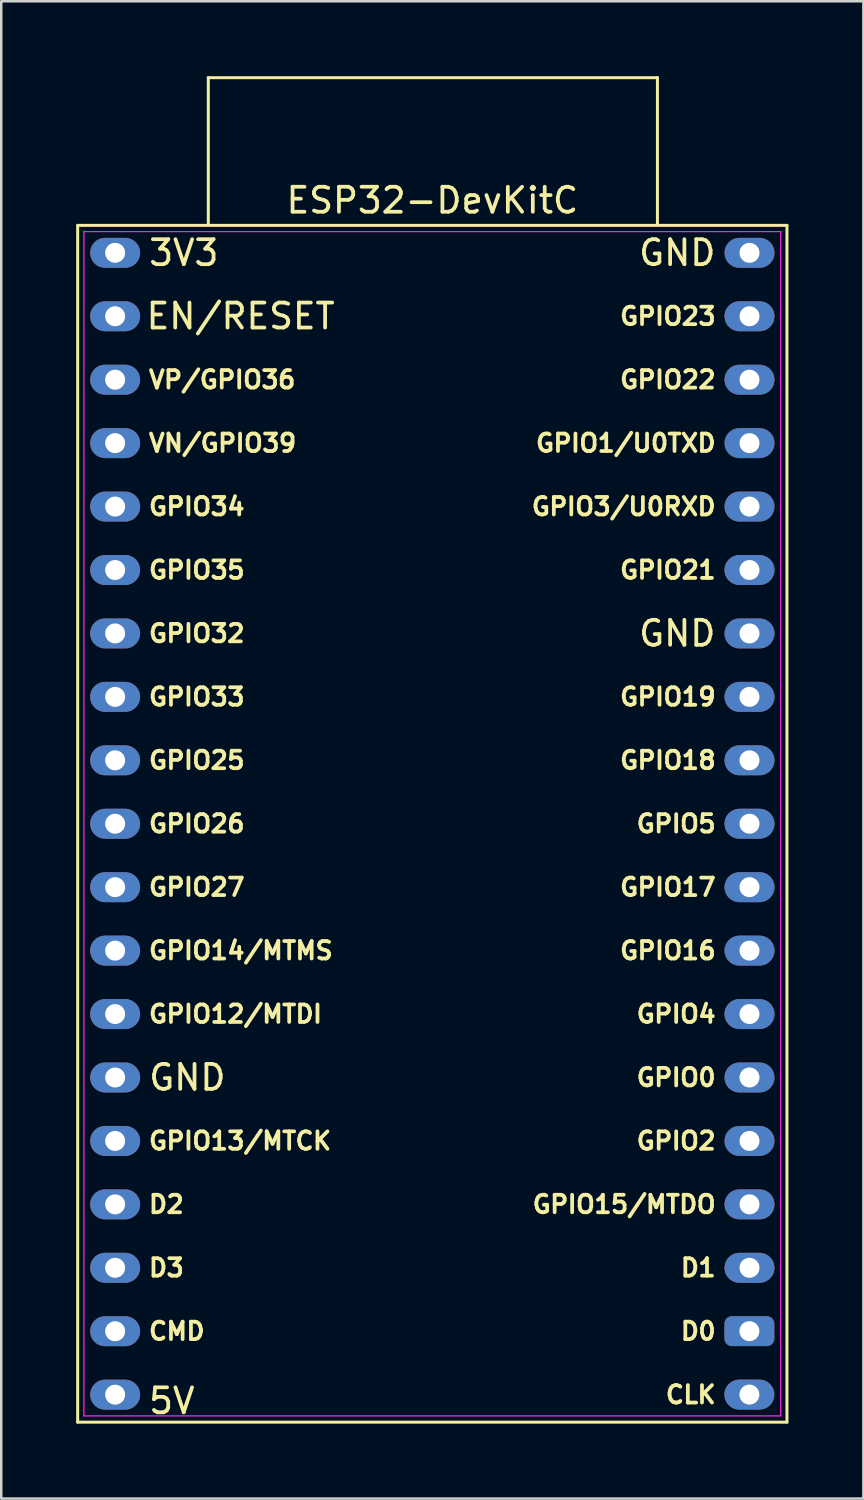
<source format=kicad_pcb>
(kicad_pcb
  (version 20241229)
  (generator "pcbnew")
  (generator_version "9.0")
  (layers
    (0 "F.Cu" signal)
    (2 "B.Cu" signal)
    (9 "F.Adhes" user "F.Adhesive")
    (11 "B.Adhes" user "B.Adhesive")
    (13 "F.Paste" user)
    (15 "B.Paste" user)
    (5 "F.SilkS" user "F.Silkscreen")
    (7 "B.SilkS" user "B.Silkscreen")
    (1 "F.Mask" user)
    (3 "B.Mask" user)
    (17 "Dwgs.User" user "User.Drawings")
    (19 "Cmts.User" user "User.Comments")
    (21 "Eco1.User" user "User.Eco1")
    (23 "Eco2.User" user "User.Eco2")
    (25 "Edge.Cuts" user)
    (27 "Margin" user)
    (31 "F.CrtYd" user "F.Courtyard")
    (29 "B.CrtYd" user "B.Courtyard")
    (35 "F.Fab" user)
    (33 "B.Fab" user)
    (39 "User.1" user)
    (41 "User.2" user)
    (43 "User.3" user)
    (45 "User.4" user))
  (footprint "ESP32-DevKitC"
    (layer "F.Cu")
    (at 1.556 7.07)
    (property "Reference" "ESP32-DevKitC" (at 12.704 -2.097 0) (layer "F.SilkS") (effects (font (size 1 1) (thickness 0.15))))
    (attr through_hole)
    (fp_line (start -1.496 46.823) (end 26.904 46.823) (stroke (width 0.12) (type solid)) (layer "F.SilkS"))
    (fp_line (start -1.496 -1.097) (end -1.496 46.823) (stroke (width 0.12) (type solid)) (layer "F.SilkS"))
    (fp_line (start 3.734 -7.01) (end 21.717 -7.01) (stroke (width 0.12) (type solid)) (layer "F.SilkS"))
    (fp_line (start 3.734 -1.118) (end 3.734 -7.01) (stroke (width 0.12) (type solid)) (layer "F.SilkS"))
    (fp_line (start 21.717 -7.01) (end 21.717 -1.118) (stroke (width 0.12) (type solid)) (layer "F.SilkS"))
    (fp_line (start 26.904 46.823) (end 26.904 -1.097) (stroke (width 0.12) (type solid)) (layer "F.SilkS"))
    (fp_line (start 26.904 -1.097) (end -1.496 -1.097) (stroke (width 0.12) (type solid)) (layer "F.SilkS"))
    (fp_line (start -1.246 -0.847) (end 26.654 -0.847) (stroke (width 0.05) (type solid)) (layer "F.CrtYd"))
    (fp_line (start -1.246 46.573) (end -1.246 -0.847) (stroke (width 0.05) (type solid)) (layer "F.CrtYd"))
    (fp_line (start 26.654 -0.847) (end 26.654 46.573) (stroke (width 0.05) (type solid)) (layer "F.CrtYd"))
    (fp_line (start 26.654 46.573) (end -1.246 46.573) (stroke (width 0.05) (type solid)) (layer "F.CrtYd"))
    (fp_text user "D3" (at 1.274 40.643 0) (unlocked yes) (layer "F.SilkS") (effects (font (size 0.7 0.7) (thickness 0.15)) (justify left)))
    (fp_text user "GPIO0" (at 24.134 33.023 0) (unlocked yes) (layer "F.SilkS") (effects (font (size 0.7 0.7) (thickness 0.15)) (justify right)))
    (fp_text user "GPIO2" (at 24.134 35.563 0) (unlocked yes) (layer "F.SilkS") (effects (font (size 0.7 0.7) (thickness 0.15)) (justify right)))
    (fp_text user "GPIO1/U0TXD" (at 24.134 7.623 0) (unlocked yes) (layer "F.SilkS") (effects (font (size 0.7 0.7) (thickness 0.15)) (justify right)))
    (fp_text user "GND" (at 24.134 0.003 0) (unlocked yes) (layer "F.SilkS") (effects (font (size 1 1) (thickness 0.15)) (justify right)))
    (fp_text user "D2" (at 1.274 38.103 0) (unlocked yes) (layer "F.SilkS") (effects (font (size 0.7 0.7) (thickness 0.15)) (justify left)))
    (fp_text user "D0" (at 24.134 43.183 0) (unlocked yes) (layer "F.SilkS") (effects (font (size 0.7 0.7) (thickness 0.15)) (justify right)))
    (fp_text user "GPIO27" (at 1.274 25.403 0) (unlocked yes) (layer "F.SilkS") (effects (font (size 0.7 0.7) (thickness 0.15)) (justify left)))
    (fp_text user "GPIO33" (at 1.274 17.783 0) (unlocked yes) (layer "F.SilkS") (effects (font (size 0.7 0.7) (thickness 0.15)) (justify left)))
    (fp_text user "GPIO19" (at 24.134 17.783 0) (unlocked yes) (layer "F.SilkS") (effects (font (size 0.7 0.7) (thickness 0.15)) (justify right)))
    (fp_text user "CMD" (at 1.274 43.183 0) (unlocked yes) (layer "F.SilkS") (effects (font (size 0.7 0.7) (thickness 0.15)) (justify left)))
    (fp_text user "GPIO16" (at 24.134 27.943 0) (unlocked yes) (layer "F.SilkS") (effects (font (size 0.7 0.7) (thickness 0.15)) (justify right)))
    (fp_text user "GPIO5" (at 24.134 22.863 0) (unlocked yes) (layer "F.SilkS") (effects (font (size 0.7 0.7) (thickness 0.15)) (justify right)))
    (fp_text user "GPIO22" (at 24.134 5.083 0) (unlocked yes) (layer "F.SilkS") (effects (font (size 0.7 0.7) (thickness 0.15)) (justify right)))
    (fp_text user "GPIO23" (at 24.134 2.543 0) (unlocked yes) (layer "F.SilkS") (effects (font (size 0.7 0.7) (thickness 0.15)) (justify right)))
    (fp_text user "GPIO14/MTMS" (at 1.274 27.943 0) (unlocked yes) (layer "F.SilkS") (effects (font (size 0.7 0.7) (thickness 0.15)) (justify left)))
    (fp_text user "GPIO15/MTDO" (at 24.134 38.103 0) (unlocked yes) (layer "F.SilkS") (effects (font (size 0.7 0.7) (thickness 0.15)) (justify right)))
    (fp_text user "GPIO17" (at 24.134 25.403 0) (unlocked yes) (layer "F.SilkS") (effects (font (size 0.7 0.7) (thickness 0.15)) (justify right)))
    (fp_text user "CLK" (at 24.134 45.723 0) (unlocked yes) (layer "F.SilkS") (effects (font (size 0.7 0.7) (thickness 0.15)) (justify right)))
    (fp_text user "VP/GPIO36" (at 1.274 5.083 0) (unlocked yes) (layer "F.SilkS") (effects (font (size 0.7 0.7) (thickness 0.15)) (justify left)))
    (fp_text user "GPIO3/U0RXD" (at 24.134 10.163 0) (unlocked yes) (layer "F.SilkS") (effects (font (size 0.7 0.7) (thickness 0.15)) (justify right)))
    (fp_text user "GPIO26" (at 1.274 22.863 0) (unlocked yes) (layer "F.SilkS") (effects (font (size 0.7 0.7) (thickness 0.15)) (justify left)))
    (fp_text user "GPIO34" (at 1.274 10.163 0) (unlocked yes) (layer "F.SilkS") (effects (font (size 0.7 0.7) (thickness 0.15)) (justify left)))
    (fp_text user "GND" (at 24.134 15.243 0) (unlocked yes) (layer "F.SilkS") (effects (font (size 1 1) (thickness 0.15)) (justify right)))
    (fp_text user "GPIO21" (at 24.134 12.703 0) (unlocked yes) (layer "F.SilkS") (effects (font (size 0.7 0.7) (thickness 0.15)) (justify right)))
    (fp_text user "GPIO4" (at 24.134 30.483 0) (unlocked yes) (layer "F.SilkS") (effects (font (size 0.7 0.7) (thickness 0.15)) (justify right)))
    (fp_text user "5V" (at 1.27 45.974 0) (unlocked yes) (layer "F.SilkS") (effects (font (size 1 1) (thickness 0.15)) (justify left)))
    (fp_text user "GPIO25" (at 1.274 20.323 0) (unlocked yes) (layer "F.SilkS") (effects (font (size 0.7 0.7) (thickness 0.15)) (justify left)))
    (fp_text user "GPIO18" (at 24.134 20.323 0) (unlocked yes) (layer "F.SilkS") (effects (font (size 0.7 0.7) (thickness 0.15)) (justify right)))
    (fp_text user "VN/GPIO39" (at 1.274 7.623 0) (unlocked yes) (layer "F.SilkS") (effects (font (size 0.7 0.7) (thickness 0.15)) (justify left)))
    (fp_text user "3V3" (at 1.274 0.003 0) (unlocked yes) (layer "F.SilkS") (effects (font (size 1 1) (thickness 0.15)) (justify left)))
    (fp_text user "GND" (at 1.274 33.023 0) (unlocked yes) (layer "F.SilkS") (effects (font (size 1 1) (thickness 0.15)) (justify left)))
    (fp_text user "GPIO12/MTDI" (at 1.274 30.483 0) (unlocked yes) (layer "F.SilkS") (effects (font (size 0.7 0.7) (thickness 0.15)) (justify left)))
    (fp_text user "GPIO32" (at 1.274 15.243 0) (unlocked yes) (layer "F.SilkS") (effects (font (size 0.7 0.7) (thickness 0.15)) (justify left)))
    (fp_text user "EN/RESET" (at 8.89 2.54 0) (unlocked yes) (layer "F.SilkS") (effects (font (size 1 1) (thickness 0.15)) (justify right)))
    (fp_text user "GPIO13/MTCK" (at 1.274 35.563 0) (unlocked yes) (layer "F.SilkS") (effects (font (size 0.7 0.7) (thickness 0.15)) (justify left)))
    (fp_text user "GPIO35" (at 1.274 12.703 0) (unlocked yes) (layer "F.SilkS") (effects (font (size 0.7 0.7) (thickness 0.15)) (justify left)))
    (fp_text user "D1" (at 24.134 40.643 0) (unlocked yes) (layer "F.SilkS") (effects (font (size 0.7 0.7) (thickness 0.15)) (justify right)))
    (pad "1" thru_hole oval (at 0.004 0.003 270) (size 1.2 2) (drill 0.8) (layers "*.Cu" "*.Mask"))
    (pad "2" thru_hole oval (at 0.004 2.543 270) (size 1.2 2) (drill 0.8) (layers "*.Cu" "*.Mask"))
    (pad "3" thru_hole oval (at 0.004 5.083 270) (size 1.2 2) (drill 0.8) (layers "*.Cu" "*.Mask"))
    (pad "4" thru_hole oval (at 0.004 7.623 270) (size 1.2 2) (drill 0.8) (layers "*.Cu" "*.Mask"))
    (pad "5" thru_hole oval (at 0.004 10.163 270) (size 1.2 2) (drill 0.8) (layers "*.Cu" "*.Mask"))
    (pad "6" thru_hole oval (at 0.004 12.703 270) (size 1.2 2) (drill 0.8) (layers "*.Cu" "*.Mask"))
    (pad "7" thru_hole oval (at 0.004 15.243 270) (size 1.2 2) (drill 0.8) (layers "*.Cu" "*.Mask"))
    (pad "8" thru_hole oval (at 0.004 17.783 270) (size 1.2 2) (drill 0.8) (layers "*.Cu" "*.Mask"))
    (pad "9" thru_hole oval (at 0.004 20.323 270) (size 1.2 2) (drill 0.8) (layers "*.Cu" "*.Mask"))
    (pad "10" thru_hole oval (at 0.004 22.863 270) (size 1.2 2) (drill 0.8) (layers "*.Cu" "*.Mask"))
    (pad "11" thru_hole oval (at 0.004 25.403 270) (size 1.2 2) (drill 0.8) (layers "*.Cu" "*.Mask"))
    (pad "12" thru_hole oval (at 0.004 27.943 270) (size 1.2 2) (drill 0.8) (layers "*.Cu" "*.Mask"))
    (pad "13" thru_hole oval (at 0.004 30.483 270) (size 1.2 2) (drill 0.8) (layers "*.Cu" "*.Mask"))
    (pad "14" thru_hole oval (at 0.004 33.023 270) (size 1.2 2) (drill 0.8) (layers "*.Cu" "*.Mask"))
    (pad "15" thru_hole oval (at 0.004 35.563 270) (size 1.2 2) (drill 0.8) (layers "*.Cu" "*.Mask"))
    (pad "16" thru_hole oval (at 0.004 38.103 270) (size 1.2 2) (drill 0.8) (layers "*.Cu" "*.Mask"))
    (pad "17" thru_hole oval (at 0.004 40.643 270) (size 1.2 2) (drill 0.8) (layers "*.Cu" "*.Mask"))
    (pad "18" thru_hole oval (at 0.004 43.183 270) (size 1.2 2) (drill 0.8) (layers "*.Cu" "*.Mask"))
    (pad "19" thru_hole oval (at 0.004 45.723 270) (size 1.2 2) (drill 0.8) (layers "*.Cu" "*.Mask"))
    (pad "20" thru_hole oval (at 25.4 45.72 270) (size 1.2 2) (drill 0.8) (layers "*.Cu" "*.Mask"))
    (pad "21" thru_hole roundrect (at 25.4 43.18 270) (size 1.2 2) (drill 0.8) (layers "*.Cu" "*.Mask") (roundrect_rratio 0.25))
    (pad "22" thru_hole oval (at 25.404 40.643 270) (size 1.2 2) (drill 0.8) (layers "*.Cu" "*.Mask"))
    (pad "23" thru_hole oval (at 25.404 38.103 270) (size 1.2 2) (drill 0.8) (layers "*.Cu" "*.Mask"))
    (pad "24" thru_hole oval (at 25.404 35.563 270) (size 1.2 2) (drill 0.8) (layers "*.Cu" "*.Mask"))
    (pad "25" thru_hole oval (at 25.404 33.023 270) (size 1.2 2) (drill 0.8) (layers "*.Cu" "*.Mask"))
    (pad "26" thru_hole oval (at 25.404 30.483 270) (size 1.2 2) (drill 0.8) (layers "*.Cu" "*.Mask"))
    (pad "27" thru_hole oval (at 25.404 27.943 270) (size 1.2 2) (drill 0.8) (layers "*.Cu" "*.Mask"))
    (pad "28" thru_hole oval (at 25.404 25.403 270) (size 1.2 2) (drill 0.8) (layers "*.Cu" "*.Mask"))
    (pad "29" thru_hole oval (at 25.404 22.863 270) (size 1.2 2) (drill 0.8) (layers "*.Cu" "*.Mask"))
    (pad "30" thru_hole oval (at 25.404 20.323 270) (size 1.2 2) (drill 0.8) (layers "*.Cu" "*.Mask"))
    (pad "31" thru_hole oval (at 25.404 17.783 270) (size 1.2 2) (drill 0.8) (layers "*.Cu" "*.Mask"))
    (pad "32" thru_hole oval (at 25.404 15.243 270) (size 1.2 2) (drill 0.8) (layers "*.Cu" "*.Mask"))
    (pad "33" thru_hole oval (at 25.404 12.703 270) (size 1.2 2) (drill 0.8) (layers "*.Cu" "*.Mask"))
    (pad "34" thru_hole oval (at 25.404 10.163 270) (size 1.2 2) (drill 0.8) (layers "*.Cu" "*.Mask"))
    (pad "35" thru_hole oval (at 25.404 7.623 270) (size 1.2 2) (drill 0.8) (layers "*.Cu" "*.Mask"))
    (pad "36" thru_hole oval (at 25.404 5.083 270) (size 1.2 2) (drill 0.8) (layers "*.Cu" "*.Mask"))
    (pad "37" thru_hole oval (at 25.404 2.543 270) (size 1.2 2) (drill 0.8) (layers "*.Cu" "*.Mask"))
    (pad "38" thru_hole oval (at 25.404 0.003 270) (size 1.2 2) (drill 0.8) (layers "*.Cu" "*.Mask")))
  (gr_rect
    (start -3 -3)
    (end 31.52 56.953)
    (stroke (width 0.1) (type default))
    (fill no)
    (layer "Edge.Cuts")))
</source>
